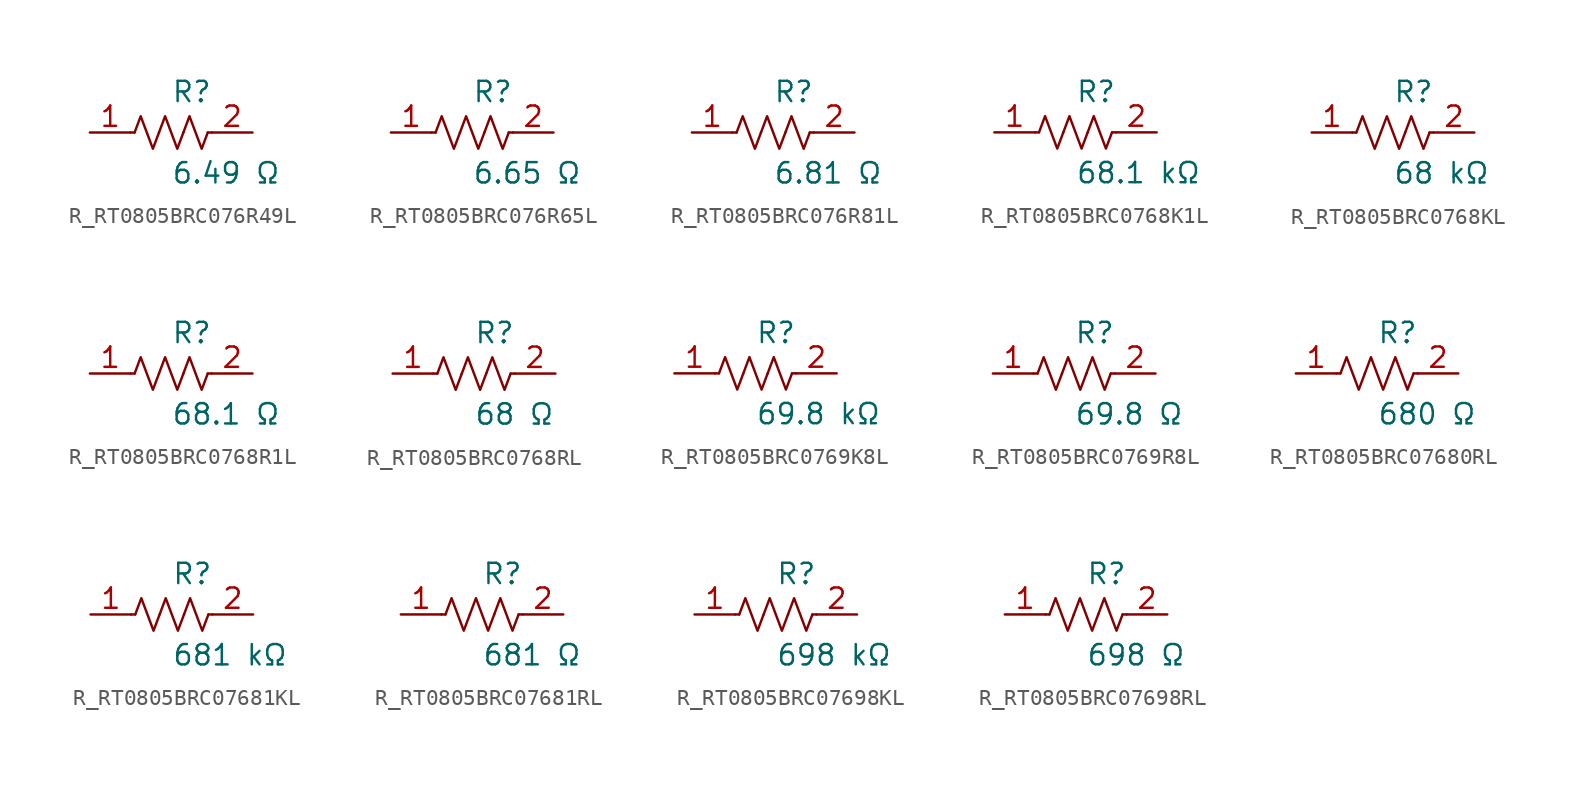
<source format=kicad_sym>
(kicad_symbol_lib
  (version 20231120)
  (generator kicad_symbol_editor)
  (generator_version 8.0)
  (symbol "R_RT0805BRC076R49L"
    (pin_names
      (offset 0.254))
    (property "Reference" "R"
      (at 0 2.54 0)
      (effects (font (size 1.27 1.27)) (justify left)))
    (property "Value" "6.49 Ω"
      (at 0 -2.54 0)
      (effects (font (size 1.27 1.27)) (justify left)))
    (symbol "R_RT0805BRC076R49L_0_1"
      (polyline (pts (xy 2.286 0) (xy 2.54 0)) (stroke (width 0) (type default)) (fill (type none)))
      (polyline (pts (xy -2.286 0) (xy -2.54 0)) (stroke (width 0) (type default)) (fill (type none)))
      (polyline (pts (xy 0.762 0) (xy 1.143 1.016) (xy 1.524 0) (xy 1.905 -1.016) (xy 2.286 0)) (stroke (width 0) (type default)) (fill (type none)))
      (polyline (pts (xy -0.762 0) (xy -0.381 1.016) (xy 0 0) (xy 0.381 -1.016) (xy 0.762 0)) (stroke (width 0) (type default)) (fill (type none)))
      (polyline (pts (xy -2.286 0) (xy -1.905 1.016) (xy -1.524 0) (xy -1.143 -1.016) (xy -0.762 0)) (stroke (width 0) (type default)) (fill (type none))))
    (pin unspecified line
      (at -5.08 0 0)
      (length 2.54)
      (name "" (effects (font (size 1.27 1.27))))
      (number "1" (effects (font (size 1.27 1.27)))))
    (pin unspecified line
      (at 5.08 0 180)
      (length 2.54)
      (name "" (effects (font (size 1.27 1.27))))
      (number "2" (effects (font (size 1.27 1.27))))))
  (symbol "R_RT0805BRC076R65L"
    (pin_names
      (offset 0.254))
    (property "Reference" "R"
      (at 0 2.54 0)
      (effects (font (size 1.27 1.27)) (justify left)))
    (property "Value" "6.65 Ω"
      (at 0 -2.54 0)
      (effects (font (size 1.27 1.27)) (justify left)))
    (symbol "R_RT0805BRC076R65L_0_1"
      (polyline (pts (xy 2.286 0) (xy 2.54 0)) (stroke (width 0) (type default)) (fill (type none)))
      (polyline (pts (xy -2.286 0) (xy -2.54 0)) (stroke (width 0) (type default)) (fill (type none)))
      (polyline (pts (xy 0.762 0) (xy 1.143 1.016) (xy 1.524 0) (xy 1.905 -1.016) (xy 2.286 0)) (stroke (width 0) (type default)) (fill (type none)))
      (polyline (pts (xy -0.762 0) (xy -0.381 1.016) (xy 0 0) (xy 0.381 -1.016) (xy 0.762 0)) (stroke (width 0) (type default)) (fill (type none)))
      (polyline (pts (xy -2.286 0) (xy -1.905 1.016) (xy -1.524 0) (xy -1.143 -1.016) (xy -0.762 0)) (stroke (width 0) (type default)) (fill (type none))))
    (pin unspecified line
      (at -5.08 0 0)
      (length 2.54)
      (name "" (effects (font (size 1.27 1.27))))
      (number "1" (effects (font (size 1.27 1.27)))))
    (pin unspecified line
      (at 5.08 0 180)
      (length 2.54)
      (name "" (effects (font (size 1.27 1.27))))
      (number "2" (effects (font (size 1.27 1.27))))))
  (symbol "R_RT0805BRC076R81L"
    (pin_names
      (offset 0.254))
    (property "Reference" "R"
      (at 0 2.54 0)
      (effects (font (size 1.27 1.27)) (justify left)))
    (property "Value" "6.81 Ω"
      (at 0 -2.54 0)
      (effects (font (size 1.27 1.27)) (justify left)))
    (symbol "R_RT0805BRC076R81L_0_1"
      (polyline (pts (xy 2.286 0) (xy 2.54 0)) (stroke (width 0) (type default)) (fill (type none)))
      (polyline (pts (xy -2.286 0) (xy -2.54 0)) (stroke (width 0) (type default)) (fill (type none)))
      (polyline (pts (xy 0.762 0) (xy 1.143 1.016) (xy 1.524 0) (xy 1.905 -1.016) (xy 2.286 0)) (stroke (width 0) (type default)) (fill (type none)))
      (polyline (pts (xy -0.762 0) (xy -0.381 1.016) (xy 0 0) (xy 0.381 -1.016) (xy 0.762 0)) (stroke (width 0) (type default)) (fill (type none)))
      (polyline (pts (xy -2.286 0) (xy -1.905 1.016) (xy -1.524 0) (xy -1.143 -1.016) (xy -0.762 0)) (stroke (width 0) (type default)) (fill (type none))))
    (pin unspecified line
      (at -5.08 0 0)
      (length 2.54)
      (name "" (effects (font (size 1.27 1.27))))
      (number "1" (effects (font (size 1.27 1.27)))))
    (pin unspecified line
      (at 5.08 0 180)
      (length 2.54)
      (name "" (effects (font (size 1.27 1.27))))
      (number "2" (effects (font (size 1.27 1.27))))))
  (symbol "R_RT0805BRC0768K1L"
    (pin_names
      (offset 0.254))
    (property "Reference" "R"
      (at 0 2.54 0)
      (effects (font (size 1.27 1.27)) (justify left)))
    (property "Value" "68.1 kΩ"
      (at 0 -2.54 0)
      (effects (font (size 1.27 1.27)) (justify left)))
    (symbol "R_RT0805BRC0768K1L_0_1"
      (polyline (pts (xy 2.286 0) (xy 2.54 0)) (stroke (width 0) (type default)) (fill (type none)))
      (polyline (pts (xy -2.286 0) (xy -2.54 0)) (stroke (width 0) (type default)) (fill (type none)))
      (polyline (pts (xy 0.762 0) (xy 1.143 1.016) (xy 1.524 0) (xy 1.905 -1.016) (xy 2.286 0)) (stroke (width 0) (type default)) (fill (type none)))
      (polyline (pts (xy -0.762 0) (xy -0.381 1.016) (xy 0 0) (xy 0.381 -1.016) (xy 0.762 0)) (stroke (width 0) (type default)) (fill (type none)))
      (polyline (pts (xy -2.286 0) (xy -1.905 1.016) (xy -1.524 0) (xy -1.143 -1.016) (xy -0.762 0)) (stroke (width 0) (type default)) (fill (type none))))
    (pin unspecified line
      (at -5.08 0 0)
      (length 2.54)
      (name "" (effects (font (size 1.27 1.27))))
      (number "1" (effects (font (size 1.27 1.27)))))
    (pin unspecified line
      (at 5.08 0 180)
      (length 2.54)
      (name "" (effects (font (size 1.27 1.27))))
      (number "2" (effects (font (size 1.27 1.27))))))
  (symbol "R_RT0805BRC0768KL"
    (pin_names
      (offset 0.254))
    (property "Reference" "R"
      (at 0 2.54 0)
      (effects (font (size 1.27 1.27)) (justify left)))
    (property "Value" "68 kΩ"
      (at 0 -2.54 0)
      (effects (font (size 1.27 1.27)) (justify left)))
    (symbol "R_RT0805BRC0768KL_0_1"
      (polyline (pts (xy 2.286 0) (xy 2.54 0)) (stroke (width 0) (type default)) (fill (type none)))
      (polyline (pts (xy -2.286 0) (xy -2.54 0)) (stroke (width 0) (type default)) (fill (type none)))
      (polyline (pts (xy 0.762 0) (xy 1.143 1.016) (xy 1.524 0) (xy 1.905 -1.016) (xy 2.286 0)) (stroke (width 0) (type default)) (fill (type none)))
      (polyline (pts (xy -0.762 0) (xy -0.381 1.016) (xy 0 0) (xy 0.381 -1.016) (xy 0.762 0)) (stroke (width 0) (type default)) (fill (type none)))
      (polyline (pts (xy -2.286 0) (xy -1.905 1.016) (xy -1.524 0) (xy -1.143 -1.016) (xy -0.762 0)) (stroke (width 0) (type default)) (fill (type none))))
    (pin unspecified line
      (at -5.08 0 0)
      (length 2.54)
      (name "" (effects (font (size 1.27 1.27))))
      (number "1" (effects (font (size 1.27 1.27)))))
    (pin unspecified line
      (at 5.08 0 180)
      (length 2.54)
      (name "" (effects (font (size 1.27 1.27))))
      (number "2" (effects (font (size 1.27 1.27))))))
  (symbol "R_RT0805BRC0768R1L"
    (pin_names
      (offset 0.254))
    (property "Reference" "R"
      (at 0 2.54 0)
      (effects (font (size 1.27 1.27)) (justify left)))
    (property "Value" "68.1 Ω"
      (at 0 -2.54 0)
      (effects (font (size 1.27 1.27)) (justify left)))
    (symbol "R_RT0805BRC0768R1L_0_1"
      (polyline (pts (xy 2.286 0) (xy 2.54 0)) (stroke (width 0) (type default)) (fill (type none)))
      (polyline (pts (xy -2.286 0) (xy -2.54 0)) (stroke (width 0) (type default)) (fill (type none)))
      (polyline (pts (xy 0.762 0) (xy 1.143 1.016) (xy 1.524 0) (xy 1.905 -1.016) (xy 2.286 0)) (stroke (width 0) (type default)) (fill (type none)))
      (polyline (pts (xy -0.762 0) (xy -0.381 1.016) (xy 0 0) (xy 0.381 -1.016) (xy 0.762 0)) (stroke (width 0) (type default)) (fill (type none)))
      (polyline (pts (xy -2.286 0) (xy -1.905 1.016) (xy -1.524 0) (xy -1.143 -1.016) (xy -0.762 0)) (stroke (width 0) (type default)) (fill (type none))))
    (pin unspecified line
      (at -5.08 0 0)
      (length 2.54)
      (name "" (effects (font (size 1.27 1.27))))
      (number "1" (effects (font (size 1.27 1.27)))))
    (pin unspecified line
      (at 5.08 0 180)
      (length 2.54)
      (name "" (effects (font (size 1.27 1.27))))
      (number "2" (effects (font (size 1.27 1.27))))))
  (symbol "R_RT0805BRC0768RL"
    (pin_names
      (offset 0.254))
    (property "Reference" "R"
      (at 0 2.54 0)
      (effects (font (size 1.27 1.27)) (justify left)))
    (property "Value" "68 Ω"
      (at 0 -2.54 0)
      (effects (font (size 1.27 1.27)) (justify left)))
    (symbol "R_RT0805BRC0768RL_0_1"
      (polyline (pts (xy 2.286 0) (xy 2.54 0)) (stroke (width 0) (type default)) (fill (type none)))
      (polyline (pts (xy -2.286 0) (xy -2.54 0)) (stroke (width 0) (type default)) (fill (type none)))
      (polyline (pts (xy 0.762 0) (xy 1.143 1.016) (xy 1.524 0) (xy 1.905 -1.016) (xy 2.286 0)) (stroke (width 0) (type default)) (fill (type none)))
      (polyline (pts (xy -0.762 0) (xy -0.381 1.016) (xy 0 0) (xy 0.381 -1.016) (xy 0.762 0)) (stroke (width 0) (type default)) (fill (type none)))
      (polyline (pts (xy -2.286 0) (xy -1.905 1.016) (xy -1.524 0) (xy -1.143 -1.016) (xy -0.762 0)) (stroke (width 0) (type default)) (fill (type none))))
    (pin unspecified line
      (at -5.08 0 0)
      (length 2.54)
      (name "" (effects (font (size 1.27 1.27))))
      (number "1" (effects (font (size 1.27 1.27)))))
    (pin unspecified line
      (at 5.08 0 180)
      (length 2.54)
      (name "" (effects (font (size 1.27 1.27))))
      (number "2" (effects (font (size 1.27 1.27))))))
  (symbol "R_RT0805BRC0769K8L"
    (pin_names
      (offset 0.254))
    (property "Reference" "R"
      (at 0 2.54 0)
      (effects (font (size 1.27 1.27)) (justify left)))
    (property "Value" "69.8 kΩ"
      (at 0 -2.54 0)
      (effects (font (size 1.27 1.27)) (justify left)))
    (symbol "R_RT0805BRC0769K8L_0_1"
      (polyline (pts (xy 2.286 0) (xy 2.54 0)) (stroke (width 0) (type default)) (fill (type none)))
      (polyline (pts (xy -2.286 0) (xy -2.54 0)) (stroke (width 0) (type default)) (fill (type none)))
      (polyline (pts (xy 0.762 0) (xy 1.143 1.016) (xy 1.524 0) (xy 1.905 -1.016) (xy 2.286 0)) (stroke (width 0) (type default)) (fill (type none)))
      (polyline (pts (xy -0.762 0) (xy -0.381 1.016) (xy 0 0) (xy 0.381 -1.016) (xy 0.762 0)) (stroke (width 0) (type default)) (fill (type none)))
      (polyline (pts (xy -2.286 0) (xy -1.905 1.016) (xy -1.524 0) (xy -1.143 -1.016) (xy -0.762 0)) (stroke (width 0) (type default)) (fill (type none))))
    (pin unspecified line
      (at -5.08 0 0)
      (length 2.54)
      (name "" (effects (font (size 1.27 1.27))))
      (number "1" (effects (font (size 1.27 1.27)))))
    (pin unspecified line
      (at 5.08 0 180)
      (length 2.54)
      (name "" (effects (font (size 1.27 1.27))))
      (number "2" (effects (font (size 1.27 1.27))))))
  (symbol "R_RT0805BRC0769R8L"
    (pin_names
      (offset 0.254))
    (property "Reference" "R"
      (at 0 2.54 0)
      (effects (font (size 1.27 1.27)) (justify left)))
    (property "Value" "69.8 Ω"
      (at 0 -2.54 0)
      (effects (font (size 1.27 1.27)) (justify left)))
    (symbol "R_RT0805BRC0769R8L_0_1"
      (polyline (pts (xy 2.286 0) (xy 2.54 0)) (stroke (width 0) (type default)) (fill (type none)))
      (polyline (pts (xy -2.286 0) (xy -2.54 0)) (stroke (width 0) (type default)) (fill (type none)))
      (polyline (pts (xy 0.762 0) (xy 1.143 1.016) (xy 1.524 0) (xy 1.905 -1.016) (xy 2.286 0)) (stroke (width 0) (type default)) (fill (type none)))
      (polyline (pts (xy -0.762 0) (xy -0.381 1.016) (xy 0 0) (xy 0.381 -1.016) (xy 0.762 0)) (stroke (width 0) (type default)) (fill (type none)))
      (polyline (pts (xy -2.286 0) (xy -1.905 1.016) (xy -1.524 0) (xy -1.143 -1.016) (xy -0.762 0)) (stroke (width 0) (type default)) (fill (type none))))
    (pin unspecified line
      (at -5.08 0 0)
      (length 2.54)
      (name "" (effects (font (size 1.27 1.27))))
      (number "1" (effects (font (size 1.27 1.27)))))
    (pin unspecified line
      (at 5.08 0 180)
      (length 2.54)
      (name "" (effects (font (size 1.27 1.27))))
      (number "2" (effects (font (size 1.27 1.27))))))
  (symbol "R_RT0805BRC07680RL"
    (pin_names
      (offset 0.254))
    (property "Reference" "R"
      (at 0 2.54 0)
      (effects (font (size 1.27 1.27)) (justify left)))
    (property "Value" "680 Ω"
      (at 0 -2.54 0)
      (effects (font (size 1.27 1.27)) (justify left)))
    (symbol "R_RT0805BRC07680RL_0_1"
      (polyline (pts (xy 2.286 0) (xy 2.54 0)) (stroke (width 0) (type default)) (fill (type none)))
      (polyline (pts (xy -2.286 0) (xy -2.54 0)) (stroke (width 0) (type default)) (fill (type none)))
      (polyline (pts (xy 0.762 0) (xy 1.143 1.016) (xy 1.524 0) (xy 1.905 -1.016) (xy 2.286 0)) (stroke (width 0) (type default)) (fill (type none)))
      (polyline (pts (xy -0.762 0) (xy -0.381 1.016) (xy 0 0) (xy 0.381 -1.016) (xy 0.762 0)) (stroke (width 0) (type default)) (fill (type none)))
      (polyline (pts (xy -2.286 0) (xy -1.905 1.016) (xy -1.524 0) (xy -1.143 -1.016) (xy -0.762 0)) (stroke (width 0) (type default)) (fill (type none))))
    (pin unspecified line
      (at -5.08 0 0)
      (length 2.54)
      (name "" (effects (font (size 1.27 1.27))))
      (number "1" (effects (font (size 1.27 1.27)))))
    (pin unspecified line
      (at 5.08 0 180)
      (length 2.54)
      (name "" (effects (font (size 1.27 1.27))))
      (number "2" (effects (font (size 1.27 1.27))))))
  (symbol "R_RT0805BRC07681KL"
    (pin_names
      (offset 0.254))
    (property "Reference" "R"
      (at 0 2.54 0)
      (effects (font (size 1.27 1.27)) (justify left)))
    (property "Value" "681 kΩ"
      (at 0 -2.54 0)
      (effects (font (size 1.27 1.27)) (justify left)))
    (symbol "R_RT0805BRC07681KL_0_1"
      (polyline (pts (xy 2.286 0) (xy 2.54 0)) (stroke (width 0) (type default)) (fill (type none)))
      (polyline (pts (xy -2.286 0) (xy -2.54 0)) (stroke (width 0) (type default)) (fill (type none)))
      (polyline (pts (xy 0.762 0) (xy 1.143 1.016) (xy 1.524 0) (xy 1.905 -1.016) (xy 2.286 0)) (stroke (width 0) (type default)) (fill (type none)))
      (polyline (pts (xy -0.762 0) (xy -0.381 1.016) (xy 0 0) (xy 0.381 -1.016) (xy 0.762 0)) (stroke (width 0) (type default)) (fill (type none)))
      (polyline (pts (xy -2.286 0) (xy -1.905 1.016) (xy -1.524 0) (xy -1.143 -1.016) (xy -0.762 0)) (stroke (width 0) (type default)) (fill (type none))))
    (pin unspecified line
      (at -5.08 0 0)
      (length 2.54)
      (name "" (effects (font (size 1.27 1.27))))
      (number "1" (effects (font (size 1.27 1.27)))))
    (pin unspecified line
      (at 5.08 0 180)
      (length 2.54)
      (name "" (effects (font (size 1.27 1.27))))
      (number "2" (effects (font (size 1.27 1.27))))))
  (symbol "R_RT0805BRC07681RL"
    (pin_names
      (offset 0.254))
    (property "Reference" "R"
      (at 0 2.54 0)
      (effects (font (size 1.27 1.27)) (justify left)))
    (property "Value" "681 Ω"
      (at 0 -2.54 0)
      (effects (font (size 1.27 1.27)) (justify left)))
    (symbol "R_RT0805BRC07681RL_0_1"
      (polyline (pts (xy 2.286 0) (xy 2.54 0)) (stroke (width 0) (type default)) (fill (type none)))
      (polyline (pts (xy -2.286 0) (xy -2.54 0)) (stroke (width 0) (type default)) (fill (type none)))
      (polyline (pts (xy 0.762 0) (xy 1.143 1.016) (xy 1.524 0) (xy 1.905 -1.016) (xy 2.286 0)) (stroke (width 0) (type default)) (fill (type none)))
      (polyline (pts (xy -0.762 0) (xy -0.381 1.016) (xy 0 0) (xy 0.381 -1.016) (xy 0.762 0)) (stroke (width 0) (type default)) (fill (type none)))
      (polyline (pts (xy -2.286 0) (xy -1.905 1.016) (xy -1.524 0) (xy -1.143 -1.016) (xy -0.762 0)) (stroke (width 0) (type default)) (fill (type none))))
    (pin unspecified line
      (at -5.08 0 0)
      (length 2.54)
      (name "" (effects (font (size 1.27 1.27))))
      (number "1" (effects (font (size 1.27 1.27)))))
    (pin unspecified line
      (at 5.08 0 180)
      (length 2.54)
      (name "" (effects (font (size 1.27 1.27))))
      (number "2" (effects (font (size 1.27 1.27))))))
  (symbol "R_RT0805BRC07698KL"
    (pin_names
      (offset 0.254))
    (property "Reference" "R"
      (at 0 2.54 0)
      (effects (font (size 1.27 1.27)) (justify left)))
    (property "Value" "698 kΩ"
      (at 0 -2.54 0)
      (effects (font (size 1.27 1.27)) (justify left)))
    (symbol "R_RT0805BRC07698KL_0_1"
      (polyline (pts (xy 2.286 0) (xy 2.54 0)) (stroke (width 0) (type default)) (fill (type none)))
      (polyline (pts (xy -2.286 0) (xy -2.54 0)) (stroke (width 0) (type default)) (fill (type none)))
      (polyline (pts (xy 0.762 0) (xy 1.143 1.016) (xy 1.524 0) (xy 1.905 -1.016) (xy 2.286 0)) (stroke (width 0) (type default)) (fill (type none)))
      (polyline (pts (xy -0.762 0) (xy -0.381 1.016) (xy 0 0) (xy 0.381 -1.016) (xy 0.762 0)) (stroke (width 0) (type default)) (fill (type none)))
      (polyline (pts (xy -2.286 0) (xy -1.905 1.016) (xy -1.524 0) (xy -1.143 -1.016) (xy -0.762 0)) (stroke (width 0) (type default)) (fill (type none))))
    (pin unspecified line
      (at -5.08 0 0)
      (length 2.54)
      (name "" (effects (font (size 1.27 1.27))))
      (number "1" (effects (font (size 1.27 1.27)))))
    (pin unspecified line
      (at 5.08 0 180)
      (length 2.54)
      (name "" (effects (font (size 1.27 1.27))))
      (number "2" (effects (font (size 1.27 1.27))))))
  (symbol "R_RT0805BRC07698RL"
    (pin_names
      (offset 0.254))
    (property "Reference" "R"
      (at 0 2.54 0)
      (effects (font (size 1.27 1.27)) (justify left)))
    (property "Value" "698 Ω"
      (at 0 -2.54 0)
      (effects (font (size 1.27 1.27)) (justify left)))
    (symbol "R_RT0805BRC07698RL_0_1"
      (polyline (pts (xy 2.286 0) (xy 2.54 0)) (stroke (width 0) (type default)) (fill (type none)))
      (polyline (pts (xy -2.286 0) (xy -2.54 0)) (stroke (width 0) (type default)) (fill (type none)))
      (polyline (pts (xy 0.762 0) (xy 1.143 1.016) (xy 1.524 0) (xy 1.905 -1.016) (xy 2.286 0)) (stroke (width 0) (type default)) (fill (type none)))
      (polyline (pts (xy -0.762 0) (xy -0.381 1.016) (xy 0 0) (xy 0.381 -1.016) (xy 0.762 0)) (stroke (width 0) (type default)) (fill (type none)))
      (polyline (pts (xy -2.286 0) (xy -1.905 1.016) (xy -1.524 0) (xy -1.143 -1.016) (xy -0.762 0)) (stroke (width 0) (type default)) (fill (type none))))
    (pin unspecified line
      (at -5.08 0 0)
      (length 2.54)
      (name "" (effects (font (size 1.27 1.27))))
      (number "1" (effects (font (size 1.27 1.27)))))
    (pin unspecified line
      (at 5.08 0 180)
      (length 2.54)
      (name "" (effects (font (size 1.27 1.27))))
      (number "2" (effects (font (size 1.27 1.27)))))))
</source>
